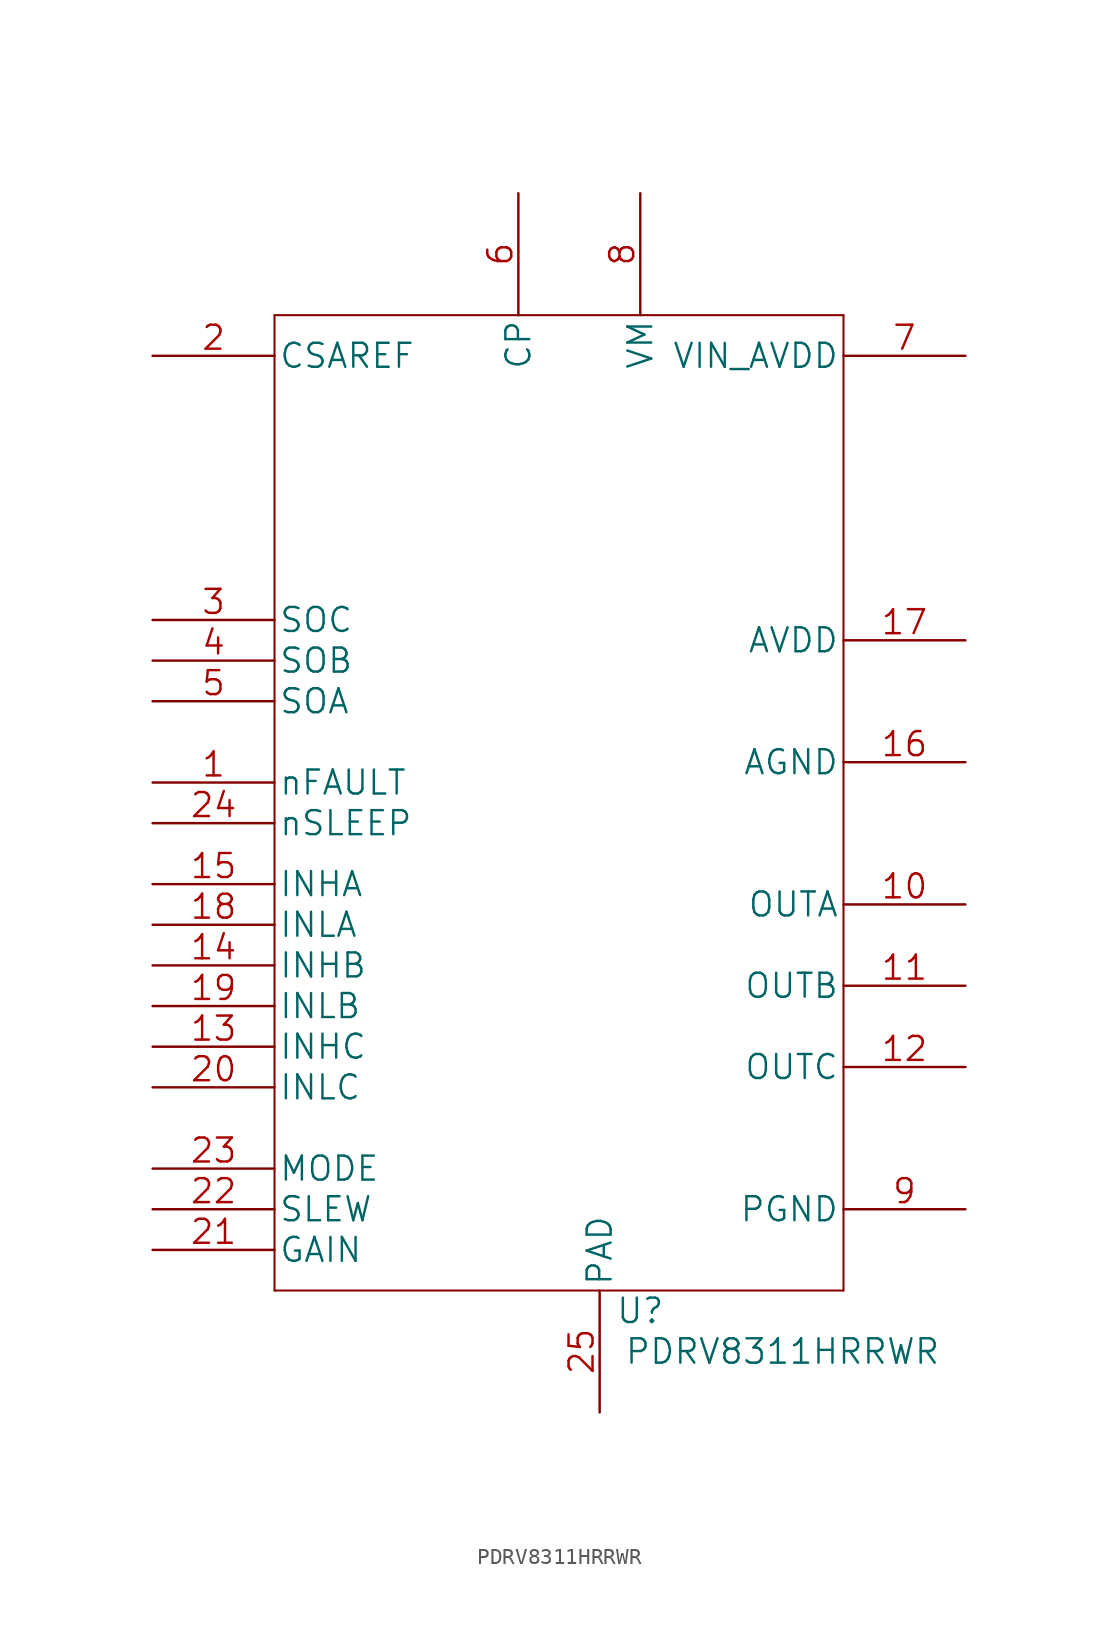
<source format=kicad_sym>
(kicad_symbol_lib
  (version 20211014)
  (generator kicad_symbol_editor)
  (symbol "PDRV8311HRRWR"
    (pin_names
      (offset 0.254))
    (property "Reference" "U"
      (at 5.08 -31.75 0)
      (effects (font (size 1.524 1.524))))
    (property "Value" "PDRV8311HRRWR"
      (at 13.97 -34.29 0)
      (effects (font (size 1.524 1.524))))
    (symbol "PDRV8311HRRWR_1_1"
      (polyline (pts (xy -17.78 -30.48) (xy 17.78 -30.48)) (stroke (width 0.127) (type default) (color 0 0 0 0)) (fill (type none)))
      (polyline (pts (xy -17.78 30.48) (xy -17.78 -30.48)) (stroke (width 0.127) (type default) (color 0 0 0 0)) (fill (type none)))
      (polyline (pts (xy 17.78 -30.48) (xy 17.78 30.48)) (stroke (width 0.127) (type default) (color 0 0 0 0)) (fill (type none)))
      (polyline (pts (xy 17.78 30.48) (xy -17.78 30.48)) (stroke (width 0.127) (type default) (color 0 0 0 0)) (fill (type none)))
      (pin unspecified line (at -25.4 1.27 0) (length 7.62) (name "nFAULT" (effects (font (size 1.499 1.499)))) (number "1" (effects (font (size 1.499 1.499)))))
      (pin output line (at 25.4 -6.35 180) (length 7.62) (name "OUTA" (effects (font (size 1.499 1.499)))) (number "10" (effects (font (size 1.499 1.499)))))
      (pin output line (at 25.4 -11.43 180) (length 7.62) (name "OUTB" (effects (font (size 1.499 1.499)))) (number "11" (effects (font (size 1.499 1.499)))))
      (pin output line (at 25.4 -16.51 180) (length 7.62) (name "OUTC" (effects (font (size 1.499 1.499)))) (number "12" (effects (font (size 1.499 1.499)))))
      (pin input line (at -25.4 -15.24 0) (length 7.62) (name "INHC" (effects (font (size 1.499 1.499)))) (number "13" (effects (font (size 1.499 1.499)))))
      (pin input line (at -25.4 -10.16 0) (length 7.62) (name "INHB" (effects (font (size 1.499 1.499)))) (number "14" (effects (font (size 1.499 1.499)))))
      (pin input line (at -25.4 -5.08 0) (length 7.62) (name "INHA" (effects (font (size 1.499 1.499)))) (number "15" (effects (font (size 1.499 1.499)))))
      (pin power_in line (at 25.4 2.54 180) (length 7.62) (name "AGND" (effects (font (size 1.499 1.499)))) (number "16" (effects (font (size 1.499 1.499)))))
      (pin power_in line (at 25.4 10.16 180) (length 7.62) (name "AVDD" (effects (font (size 1.499 1.499)))) (number "17" (effects (font (size 1.499 1.499)))))
      (pin input line (at -25.4 -7.62 0) (length 7.62) (name "INLA" (effects (font (size 1.499 1.499)))) (number "18" (effects (font (size 1.499 1.499)))))
      (pin input line (at -25.4 -12.7 0) (length 7.62) (name "INLB" (effects (font (size 1.499 1.499)))) (number "19" (effects (font (size 1.499 1.499)))))
      (pin unspecified line (at -25.4 27.94 0) (length 7.62) (name "CSAREF" (effects (font (size 1.499 1.499)))) (number "2" (effects (font (size 1.499 1.499)))))
      (pin input line (at -25.4 -17.78 0) (length 7.62) (name "INLC" (effects (font (size 1.499 1.499)))) (number "20" (effects (font (size 1.499 1.499)))))
      (pin unspecified line (at -25.4 -27.94 0) (length 7.62) (name "GAIN" (effects (font (size 1.499 1.499)))) (number "21" (effects (font (size 1.499 1.499)))))
      (pin unspecified line (at -25.4 -25.4 0) (length 7.62) (name "SLEW" (effects (font (size 1.499 1.499)))) (number "22" (effects (font (size 1.499 1.499)))))
      (pin unspecified line (at -25.4 -22.86 0) (length 7.62) (name "MODE" (effects (font (size 1.499 1.499)))) (number "23" (effects (font (size 1.499 1.499)))))
      (pin unspecified line (at -25.4 -1.27 0) (length 7.62) (name "nSLEEP" (effects (font (size 1.499 1.499)))) (number "24" (effects (font (size 1.499 1.499)))))
      (pin unspecified line (at 2.54 -38.1 90) (length 7.62) (name "PAD" (effects (font (size 1.499 1.499)))) (number "25" (effects (font (size 1.499 1.499)))))
      (pin unspecified line (at -25.4 11.43 0) (length 7.62) (name "SOC" (effects (font (size 1.499 1.499)))) (number "3" (effects (font (size 1.499 1.499)))))
      (pin unspecified line (at -25.4 8.89 0) (length 7.62) (name "SOB" (effects (font (size 1.499 1.499)))) (number "4" (effects (font (size 1.499 1.499)))))
      (pin unspecified line (at -25.4 6.35 0) (length 7.62) (name "SOA" (effects (font (size 1.499 1.499)))) (number "5" (effects (font (size 1.499 1.499)))))
      (pin unspecified line (at -2.54 38.1 270) (length 7.62) (name "CP" (effects (font (size 1.499 1.499)))) (number "6" (effects (font (size 1.499 1.499)))))
      (pin power_in line (at 25.4 27.94 180) (length 7.62) (name "VIN_AVDD" (effects (font (size 1.499 1.499)))) (number "7" (effects (font (size 1.499 1.499)))))
      (pin unspecified line (at 5.08 38.1 270) (length 7.62) (name "VM" (effects (font (size 1.499 1.499)))) (number "8" (effects (font (size 1.499 1.499)))))
      (pin power_in line (at 25.4 -25.4 180) (length 7.62) (name "PGND" (effects (font (size 1.499 1.499)))) (number "9" (effects (font (size 1.499 1.499))))))))
</source>
